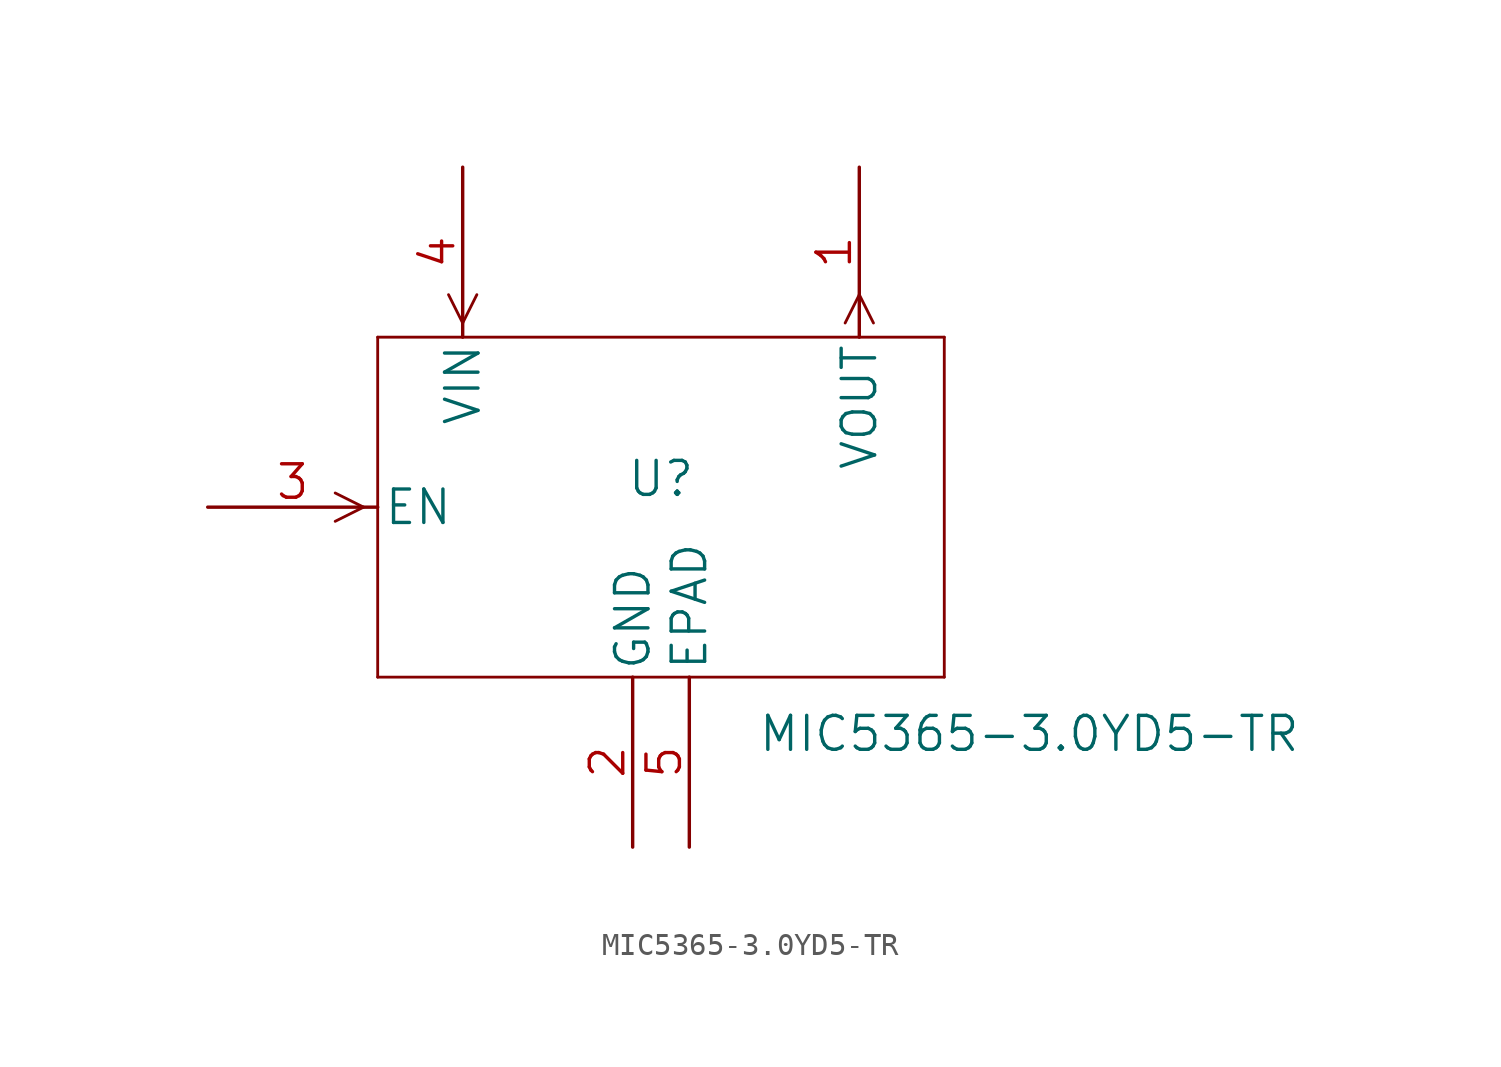
<source format=kicad_sym>
(kicad_symbol_lib
  (version 20201005)
  (generator kicad_symbol_editor)
  (symbol "MIC5365-3.0YD5-TR:MIC5365-3.0YD5-TR"
    (pin_names
      (offset 0.254))
    (property "Reference" "U"
      (at 20.32 -1.27 0)
      (effects (font (size 1.524 1.524))))
    (property "Value" "MIC5365-3.0YD5-TR"
      (at 36.83 -12.7 0)
      (effects (font (size 1.524 1.524))))
    (property "Datasheet" ""
      (at 0 0 0)
      (effects (font (size 1.524 1.524))))
    (symbol "MIC5365-3.0YD5-TR_1_1"
      (polyline (pts (xy 6.985 -2.54) (xy 5.715 -3.175)) (stroke (width 0.127)) (fill (type none)))
      (polyline (pts (xy 6.985 -2.54) (xy 5.715 -1.905)) (stroke (width 0.127)) (fill (type none)))
      (polyline (pts (xy 7.62 -10.16) (xy 33.02 -10.16)) (stroke (width 0.127)) (fill (type none)))
      (polyline (pts (xy 7.62 5.08) (xy 7.62 -10.16)) (stroke (width 0.127)) (fill (type none)))
      (polyline (pts (xy 11.43 5.715) (xy 10.795 6.985)) (stroke (width 0.127)) (fill (type none)))
      (polyline (pts (xy 11.43 5.715) (xy 12.065 6.985)) (stroke (width 0.127)) (fill (type none)))
      (polyline (pts (xy 28.575 5.715) (xy 29.21 6.985)) (stroke (width 0.127)) (fill (type none)))
      (polyline (pts (xy 29.845 5.715) (xy 29.21 6.985)) (stroke (width 0.127)) (fill (type none)))
      (polyline (pts (xy 33.02 -10.16) (xy 33.02 5.08)) (stroke (width 0.127)) (fill (type none)))
      (polyline (pts (xy 33.02 5.08) (xy 7.62 5.08)) (stroke (width 0.127)) (fill (type none)))
      (pin power_out line (at 29.21 12.7 270) (length 7.62) (name "VOUT" (effects (font (size 1.499 1.499)))) (number "1" (effects (font (size 1.499 1.499)))))
      (pin power_in line (at 19.05 -17.78 90) (length 7.62) (name "GND" (effects (font (size 1.499 1.499)))) (number "2" (effects (font (size 1.499 1.499)))))
      (pin input line (at 0 -2.54 0) (length 7.62) (name "EN" (effects (font (size 1.499 1.499)))) (number "3" (effects (font (size 1.499 1.499)))))
      (pin power_in line (at 11.43 12.7 270) (length 7.62) (name "VIN" (effects (font (size 1.499 1.499)))) (number "4" (effects (font (size 1.499 1.499)))))
      (pin passive line (at 21.59 -17.78 90) (length 7.62) (name "EPAD" (effects (font (size 1.499 1.499)))) (number "5" (effects (font (size 1.499 1.499))))))))
</source>
